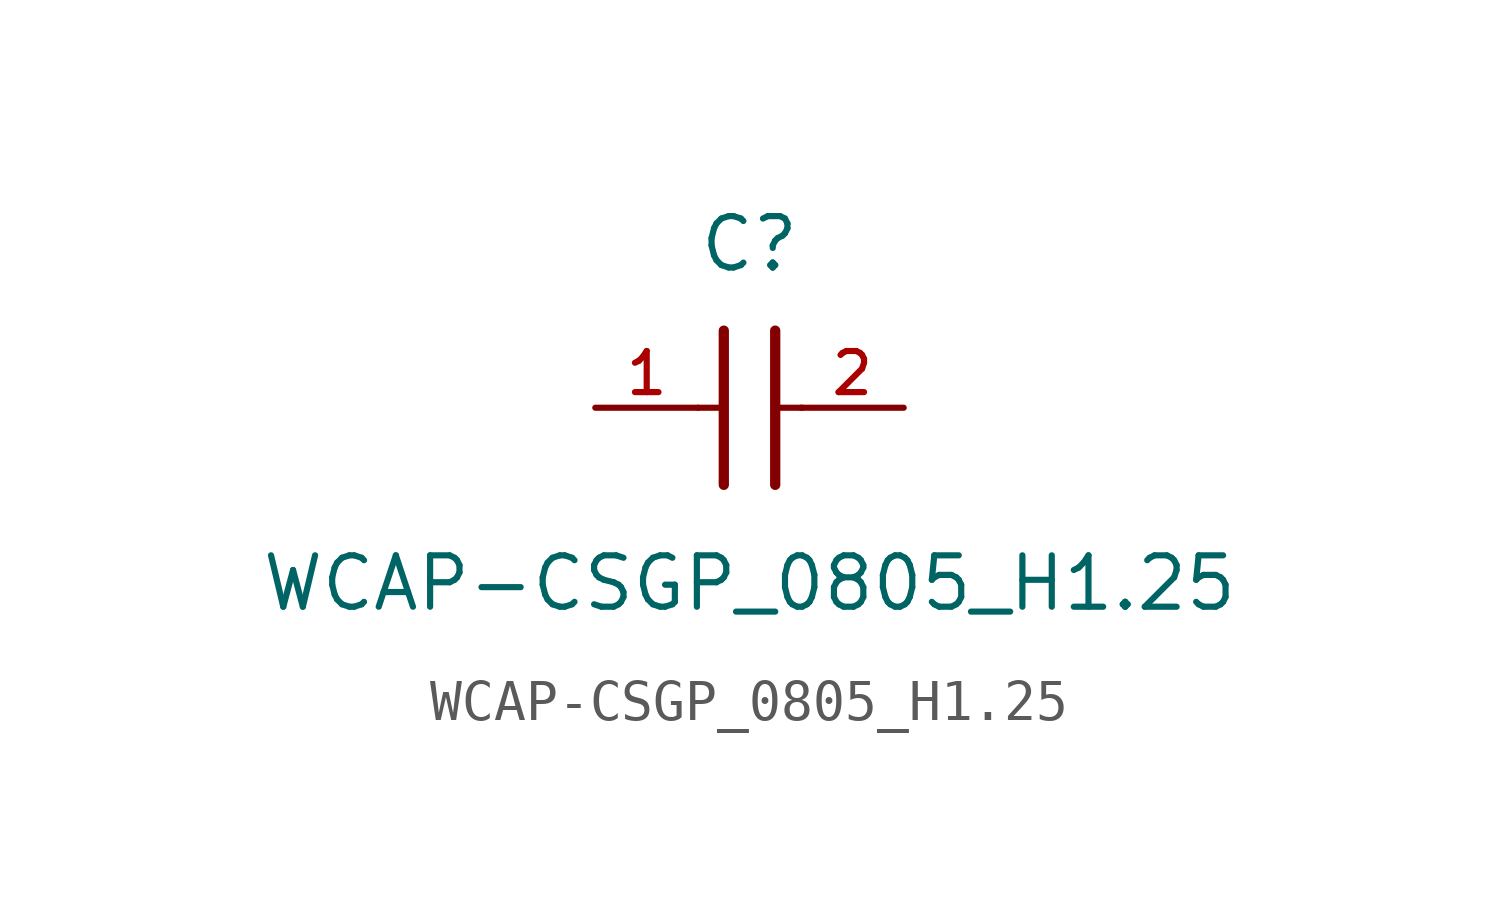
<source format=kicad_sym>
(kicad_symbol_lib
  (version 20211014)
  (generator kicad_symbol_editor)
  (symbol "WCAP-CSGP_0805_H1.25"
    (pin_names
      (offset 1.016))
    (property "Reference" "C"
      (at 1.27 3.302 0)
      (effects (font (size 1.27 1.27)) (justify bottom)))
    (property "Value" "WCAP-CSGP_0805_H1.25"
      (at 1.27 -5.08 0)
      (effects (font (size 1.27 1.27)) (justify bottom)))
    (symbol "WCAP-CSGP_0805_H1.25_0_0"
      (polyline (pts (xy 1.905 1.905) (xy 1.905 -1.905)) (stroke (width 0.254)))
      (polyline (pts (xy 0.635 -1.905) (xy 0.635 1.905)) (stroke (width 0.254)))
      (polyline (pts (xy 0.0 0.0) (xy 0.643 0.0)) (stroke (width 0.152)))
      (polyline (pts (xy 1.928 0.0) (xy 2.57 0.0)) (stroke (width 0.152)))
      (pin passive line (at -2.54 0.0 0) (length 2.54) (name "~" (effects (font (size 1.016 1.016)))) (number "1" (effects (font (size 1.016 1.016)))))
      (pin passive line (at 5.08 0.0 180.0) (length 2.54) (name "~" (effects (font (size 1.016 1.016)))) (number "2" (effects (font (size 1.016 1.016))))))))
</source>
